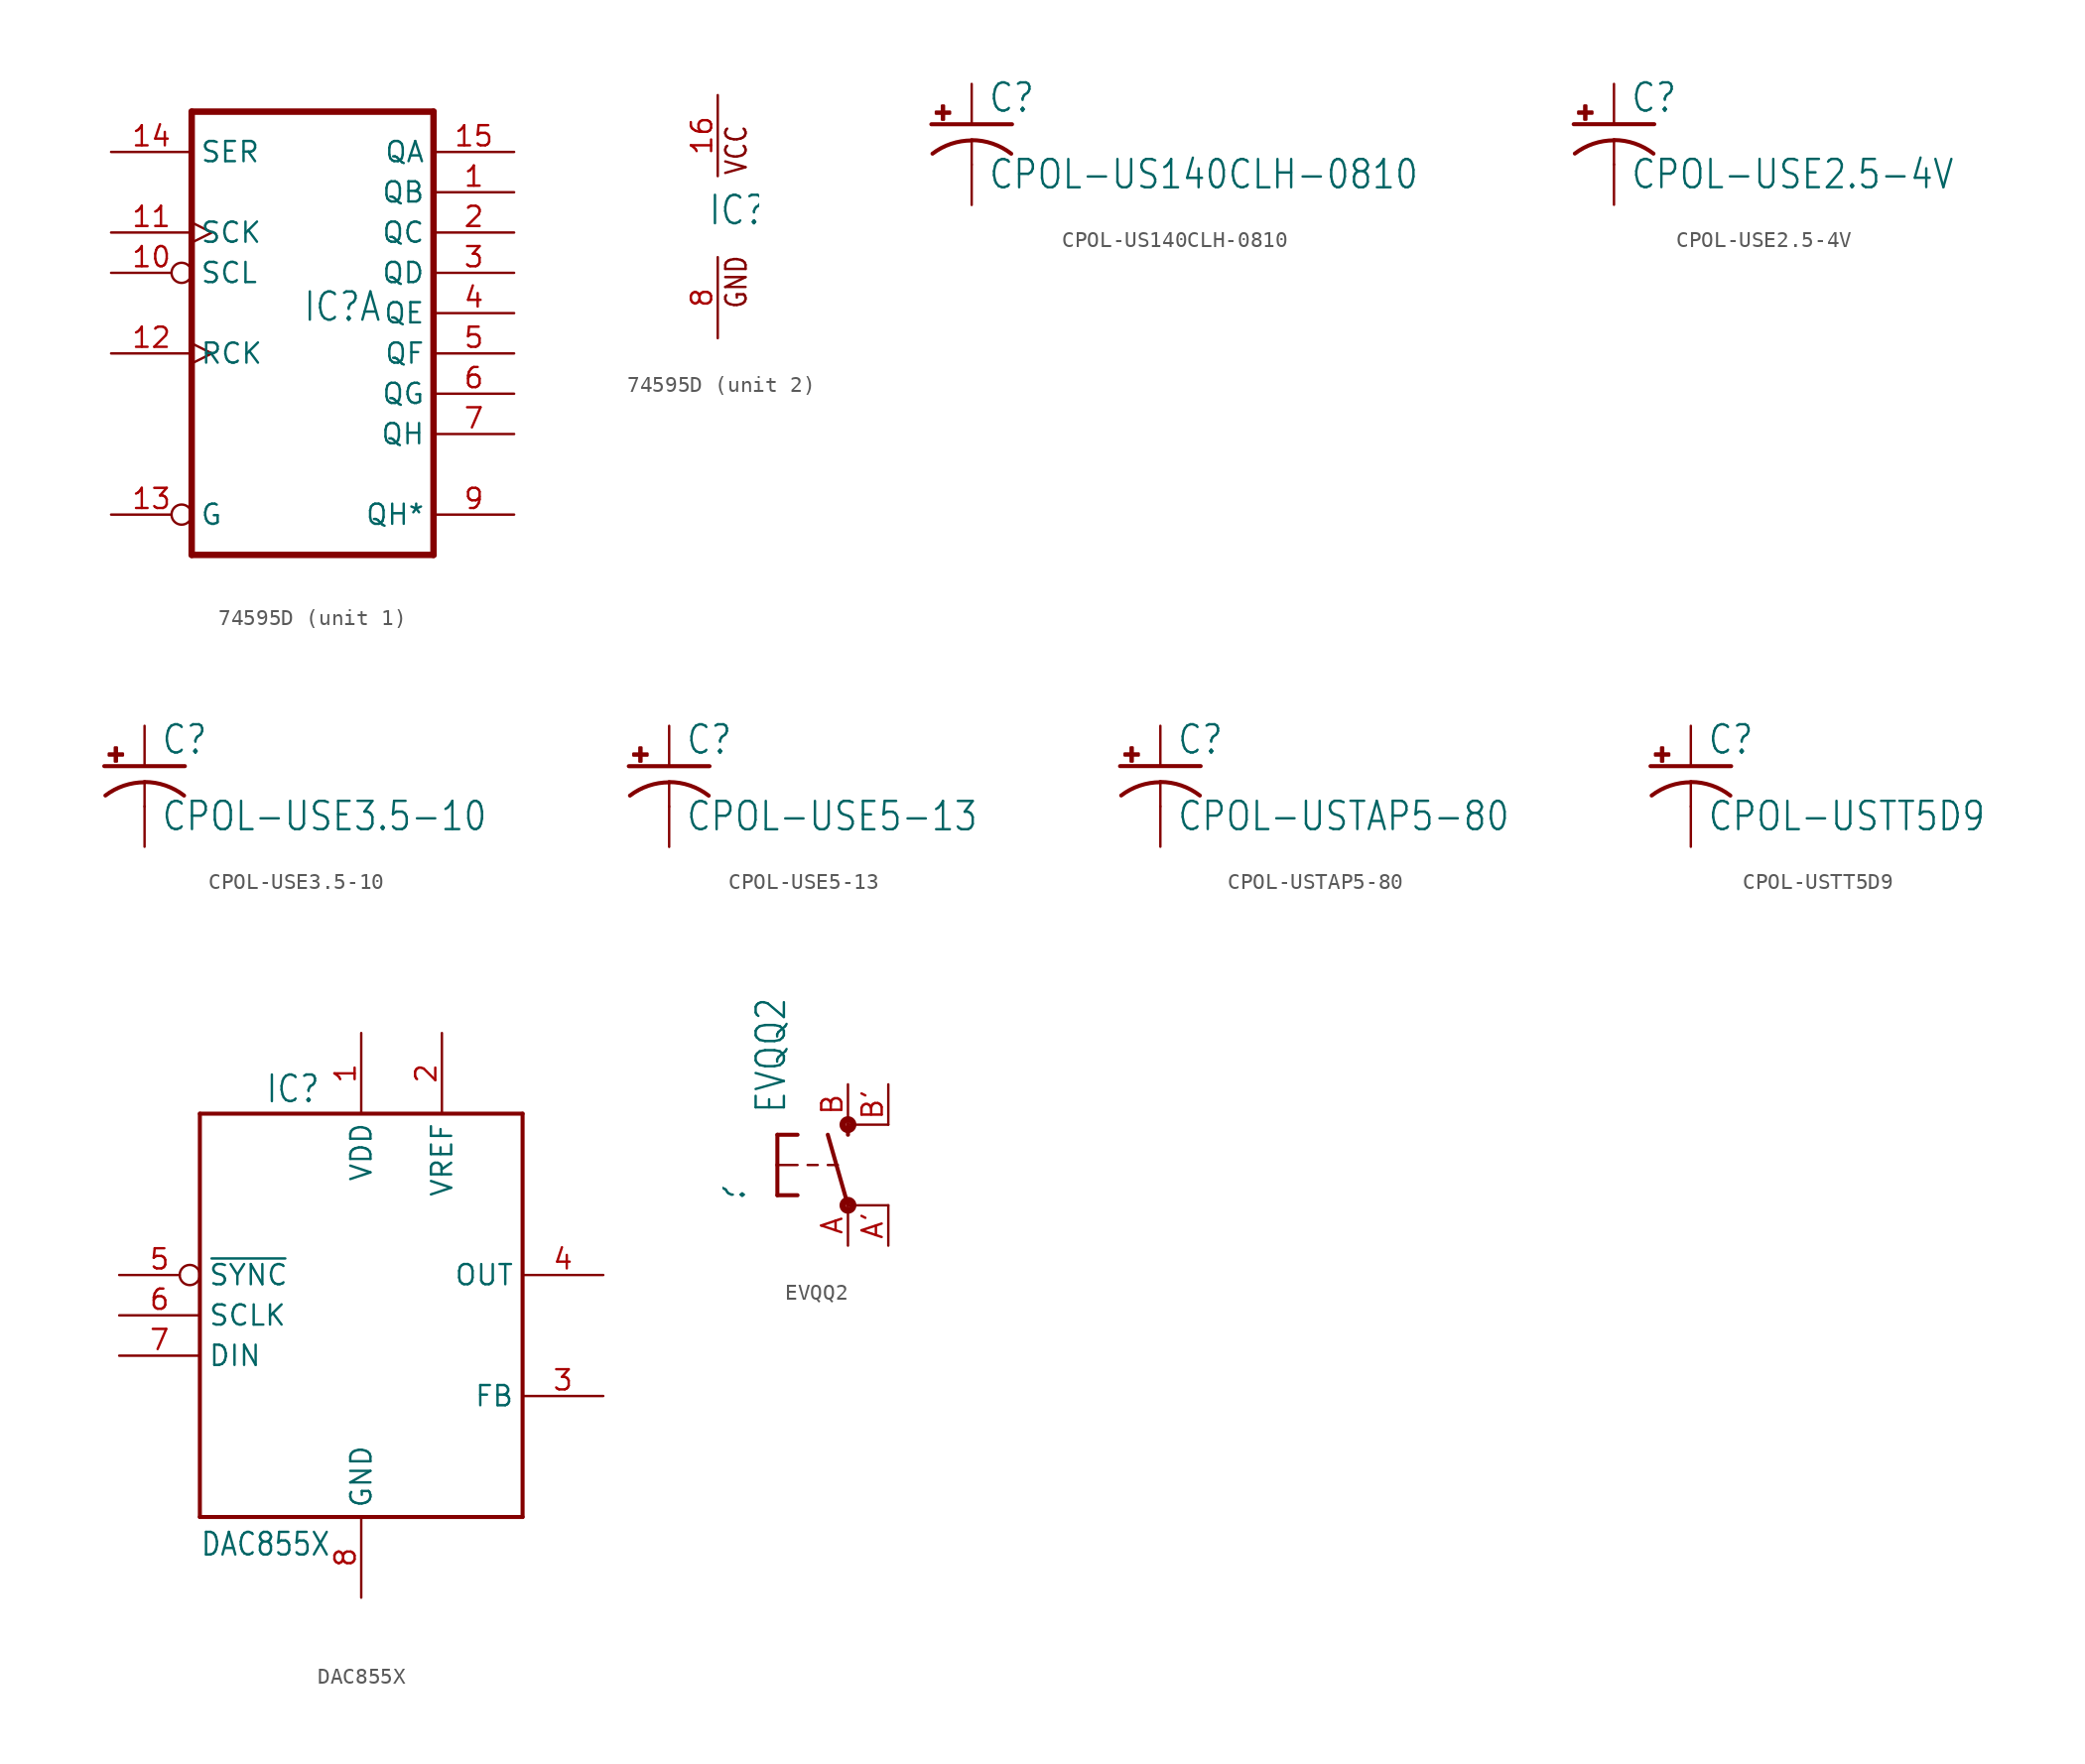
<source format=kicad_sym>
(kicad_symbol_lib
  (version 20211014)
  (generator kicad_symbol_editor)
  (symbol "74595D"
    (property "Reference" "IC"
      (at -0.635 -0.635 0)
      (effects (font (size 1.778 1.511)) (justify left bottom)))
    (property "ki_locked" ""
      (at 0 0 0)
      (effects (font (size 1.27 1.27))))
    (symbol "74595D_1_0"
      (polyline (pts (xy -7.62 -15.24) (xy 7.62 -15.24)) (stroke (width 0.406) (type default) (color 0 0 0 0)) (fill (type none)))
      (polyline (pts (xy -7.62 12.7) (xy -7.62 -15.24)) (stroke (width 0.406) (type default) (color 0 0 0 0)) (fill (type none)))
      (polyline (pts (xy 7.62 -15.24) (xy 7.62 12.7)) (stroke (width 0.406) (type default) (color 0 0 0 0)) (fill (type none)))
      (polyline (pts (xy 7.62 12.7) (xy -7.62 12.7)) (stroke (width 0.406) (type default) (color 0 0 0 0)) (fill (type none)))
      (pin tri_state line (at 12.7 7.62 180) (length 5.08) (name "QB" (effects (font (size 1.27 1.27)))) (number "1" (effects (font (size 1.27 1.27)))))
      (pin input inverted (at -12.7 2.54 0) (length 5.08) (name "SCL" (effects (font (size 1.27 1.27)))) (number "10" (effects (font (size 1.27 1.27)))))
      (pin input clock (at -12.7 5.08 0) (length 5.08) (name "SCK" (effects (font (size 1.27 1.27)))) (number "11" (effects (font (size 1.27 1.27)))))
      (pin input clock (at -12.7 -2.54 0) (length 5.08) (name "RCK" (effects (font (size 1.27 1.27)))) (number "12" (effects (font (size 1.27 1.27)))))
      (pin input inverted (at -12.7 -12.7 0) (length 5.08) (name "G" (effects (font (size 1.27 1.27)))) (number "13" (effects (font (size 1.27 1.27)))))
      (pin input line (at -12.7 10.16 0) (length 5.08) (name "SER" (effects (font (size 1.27 1.27)))) (number "14" (effects (font (size 1.27 1.27)))))
      (pin tri_state line (at 12.7 10.16 180) (length 5.08) (name "QA" (effects (font (size 1.27 1.27)))) (number "15" (effects (font (size 1.27 1.27)))))
      (pin tri_state line (at 12.7 5.08 180) (length 5.08) (name "QC" (effects (font (size 1.27 1.27)))) (number "2" (effects (font (size 1.27 1.27)))))
      (pin tri_state line (at 12.7 2.54 180) (length 5.08) (name "QD" (effects (font (size 1.27 1.27)))) (number "3" (effects (font (size 1.27 1.27)))))
      (pin tri_state line (at 12.7 0 180) (length 5.08) (name "QE" (effects (font (size 1.27 1.27)))) (number "4" (effects (font (size 1.27 1.27)))))
      (pin tri_state line (at 12.7 -2.54 180) (length 5.08) (name "QF" (effects (font (size 1.27 1.27)))) (number "5" (effects (font (size 1.27 1.27)))))
      (pin tri_state line (at 12.7 -5.08 180) (length 5.08) (name "QG" (effects (font (size 1.27 1.27)))) (number "6" (effects (font (size 1.27 1.27)))))
      (pin tri_state line (at 12.7 -7.62 180) (length 5.08) (name "QH" (effects (font (size 1.27 1.27)))) (number "7" (effects (font (size 1.27 1.27)))))
      (pin tri_state line (at 12.7 -12.7 180) (length 5.08) (name "QH*" (effects (font (size 1.27 1.27)))) (number "9" (effects (font (size 1.27 1.27))))))
    (symbol "74595D_2_0"
      (text "GND" (at 1.905 -5.842 900) (effects (font (size 1.27 1.079)) (justify left bottom)))
      (text "VCC" (at 1.905 2.54 900) (effects (font (size 1.27 1.079)) (justify left bottom)))
      (pin power_in line (at 0 7.62 270) (length 5.08) (name "VCC" (effects (font (size 0 0)))) (number "16" (effects (font (size 1.27 1.27)))))
      (pin power_in line (at 0 -7.62 90) (length 5.08) (name "GND" (effects (font (size 0 0)))) (number "8" (effects (font (size 1.27 1.27)))))))
  (symbol "CPOL-US140CLH-0810"
    (property "Reference" "C"
      (at 1.016 0.635 0)
      (effects (font (size 1.778 1.511)) (justify left bottom)))
    (property "Value" "CPOL-US140CLH-0810"
      (at 1.016 -4.191 0)
      (effects (font (size 1.778 1.511)) (justify left bottom)))
    (property "ki_locked" ""
      (at 0 0 0)
      (effects (font (size 1.27 1.27))))
    (symbol "CPOL-US140CLH-0810_1_0"
      (rectangle (start -2.253 0.668) (end -1.364 0.795) (stroke (width 0) (type default) (color 0 0 0 0)) (fill (type outline)))
      (rectangle (start -1.872 0.287) (end -1.745 1.176) (stroke (width 0) (type default) (color 0 0 0 0)) (fill (type outline)))
      (arc (start 0 -1.0161) (mid -1.3021 -1.2302) (end -2.4669 -1.8504) (stroke (width 0.254) (type default) (color 0 0 0 0)) (fill (type none)))
      (polyline (pts (xy -2.54 0) (xy 2.54 0)) (stroke (width 0.254) (type default) (color 0 0 0 0)) (fill (type none)))
      (polyline (pts (xy 0 -1.016) (xy 0 -2.54)) (stroke (width 0.152) (type default) (color 0 0 0 0)) (fill (type none)))
      (arc (start 2.4892 -1.8542) (mid 1.3158 -1.2195) (end 0 -1) (stroke (width 0.254) (type default) (color 0 0 0 0)) (fill (type none)))
      (pin passive line (at 0 2.54 270) (length 2.54) (name "+" (effects (font (size 0 0)))) (number "+" (effects (font (size 0 0)))))
      (pin passive line (at 0 -5.08 90) (length 2.54) (name "-" (effects (font (size 0 0)))) (number "-" (effects (font (size 0 0)))))))
  (symbol "CPOL-USE2.5-4V"
    (property "Reference" "C"
      (at 1.016 0.635 0)
      (effects (font (size 1.778 1.511)) (justify left bottom)))
    (property "Value" "CPOL-USE2.5-4V"
      (at 1.016 -4.191 0)
      (effects (font (size 1.778 1.511)) (justify left bottom)))
    (property "ki_locked" ""
      (at 0 0 0)
      (effects (font (size 1.27 1.27))))
    (symbol "CPOL-USE2.5-4V_1_0"
      (rectangle (start -2.253 0.668) (end -1.364 0.795) (stroke (width 0) (type default) (color 0 0 0 0)) (fill (type outline)))
      (rectangle (start -1.872 0.287) (end -1.745 1.176) (stroke (width 0) (type default) (color 0 0 0 0)) (fill (type outline)))
      (arc (start 0 -1.0161) (mid -1.3021 -1.2302) (end -2.4669 -1.8504) (stroke (width 0.254) (type default) (color 0 0 0 0)) (fill (type none)))
      (polyline (pts (xy -2.54 0) (xy 2.54 0)) (stroke (width 0.254) (type default) (color 0 0 0 0)) (fill (type none)))
      (polyline (pts (xy 0 -1.016) (xy 0 -2.54)) (stroke (width 0.152) (type default) (color 0 0 0 0)) (fill (type none)))
      (arc (start 2.4892 -1.8542) (mid 1.3158 -1.2195) (end 0 -1) (stroke (width 0.254) (type default) (color 0 0 0 0)) (fill (type none)))
      (pin passive line (at 0 2.54 270) (length 2.54) (name "+" (effects (font (size 0 0)))) (number "+" (effects (font (size 0 0)))))
      (pin passive line (at 0 -5.08 90) (length 2.54) (name "-" (effects (font (size 0 0)))) (number "-" (effects (font (size 0 0)))))))
  (symbol "CPOL-USE3.5-10"
    (property "Reference" "C"
      (at 1.016 0.635 0)
      (effects (font (size 1.778 1.511)) (justify left bottom)))
    (property "Value" "CPOL-USE3.5-10"
      (at 1.016 -4.191 0)
      (effects (font (size 1.778 1.511)) (justify left bottom)))
    (property "ki_locked" ""
      (at 0 0 0)
      (effects (font (size 1.27 1.27))))
    (symbol "CPOL-USE3.5-10_1_0"
      (rectangle (start -2.253 0.668) (end -1.364 0.795) (stroke (width 0) (type default) (color 0 0 0 0)) (fill (type outline)))
      (rectangle (start -1.872 0.287) (end -1.745 1.176) (stroke (width 0) (type default) (color 0 0 0 0)) (fill (type outline)))
      (arc (start 0 -1.0161) (mid -1.3021 -1.2302) (end -2.4669 -1.8504) (stroke (width 0.254) (type default) (color 0 0 0 0)) (fill (type none)))
      (polyline (pts (xy -2.54 0) (xy 2.54 0)) (stroke (width 0.254) (type default) (color 0 0 0 0)) (fill (type none)))
      (polyline (pts (xy 0 -1.016) (xy 0 -2.54)) (stroke (width 0.152) (type default) (color 0 0 0 0)) (fill (type none)))
      (arc (start 2.4892 -1.8542) (mid 1.3158 -1.2195) (end 0 -1) (stroke (width 0.254) (type default) (color 0 0 0 0)) (fill (type none)))
      (pin passive line (at 0 2.54 270) (length 2.54) (name "+" (effects (font (size 0 0)))) (number "+" (effects (font (size 0 0)))))
      (pin passive line (at 0 -5.08 90) (length 2.54) (name "-" (effects (font (size 0 0)))) (number "-" (effects (font (size 0 0)))))))
  (symbol "CPOL-USE5-13"
    (property "Reference" "C"
      (at 1.016 0.635 0)
      (effects (font (size 1.778 1.511)) (justify left bottom)))
    (property "Value" "CPOL-USE5-13"
      (at 1.016 -4.191 0)
      (effects (font (size 1.778 1.511)) (justify left bottom)))
    (property "ki_locked" ""
      (at 0 0 0)
      (effects (font (size 1.27 1.27))))
    (symbol "CPOL-USE5-13_1_0"
      (rectangle (start -2.253 0.668) (end -1.364 0.795) (stroke (width 0) (type default) (color 0 0 0 0)) (fill (type outline)))
      (rectangle (start -1.872 0.287) (end -1.745 1.176) (stroke (width 0) (type default) (color 0 0 0 0)) (fill (type outline)))
      (arc (start 0 -1.0161) (mid -1.3021 -1.2302) (end -2.4669 -1.8504) (stroke (width 0.254) (type default) (color 0 0 0 0)) (fill (type none)))
      (polyline (pts (xy -2.54 0) (xy 2.54 0)) (stroke (width 0.254) (type default) (color 0 0 0 0)) (fill (type none)))
      (polyline (pts (xy 0 -1.016) (xy 0 -2.54)) (stroke (width 0.152) (type default) (color 0 0 0 0)) (fill (type none)))
      (arc (start 2.4892 -1.8542) (mid 1.3158 -1.2195) (end 0 -1) (stroke (width 0.254) (type default) (color 0 0 0 0)) (fill (type none)))
      (pin passive line (at 0 2.54 270) (length 2.54) (name "+" (effects (font (size 0 0)))) (number "+" (effects (font (size 0 0)))))
      (pin passive line (at 0 -5.08 90) (length 2.54) (name "-" (effects (font (size 0 0)))) (number "-" (effects (font (size 0 0)))))))
  (symbol "CPOL-USTAP5-80"
    (property "Reference" "C"
      (at 1.016 0.635 0)
      (effects (font (size 1.778 1.511)) (justify left bottom)))
    (property "Value" "CPOL-USTAP5-80"
      (at 1.016 -4.191 0)
      (effects (font (size 1.778 1.511)) (justify left bottom)))
    (property "ki_locked" ""
      (at 0 0 0)
      (effects (font (size 1.27 1.27))))
    (symbol "CPOL-USTAP5-80_1_0"
      (rectangle (start -2.253 0.668) (end -1.364 0.795) (stroke (width 0) (type default) (color 0 0 0 0)) (fill (type outline)))
      (rectangle (start -1.872 0.287) (end -1.745 1.176) (stroke (width 0) (type default) (color 0 0 0 0)) (fill (type outline)))
      (arc (start 0 -1.0161) (mid -1.3021 -1.2302) (end -2.4669 -1.8504) (stroke (width 0.254) (type default) (color 0 0 0 0)) (fill (type none)))
      (polyline (pts (xy -2.54 0) (xy 2.54 0)) (stroke (width 0.254) (type default) (color 0 0 0 0)) (fill (type none)))
      (polyline (pts (xy 0 -1.016) (xy 0 -2.54)) (stroke (width 0.152) (type default) (color 0 0 0 0)) (fill (type none)))
      (arc (start 2.4892 -1.8542) (mid 1.3158 -1.2195) (end 0 -1) (stroke (width 0.254) (type default) (color 0 0 0 0)) (fill (type none)))
      (pin passive line (at 0 2.54 270) (length 2.54) (name "+" (effects (font (size 0 0)))) (number "+" (effects (font (size 0 0)))))
      (pin passive line (at 0 -5.08 90) (length 2.54) (name "-" (effects (font (size 0 0)))) (number "-" (effects (font (size 0 0)))))))
  (symbol "CPOL-USTT5D9"
    (property "Reference" "C"
      (at 1.016 0.635 0)
      (effects (font (size 1.778 1.511)) (justify left bottom)))
    (property "Value" "CPOL-USTT5D9"
      (at 1.016 -4.191 0)
      (effects (font (size 1.778 1.511)) (justify left bottom)))
    (property "ki_locked" ""
      (at 0 0 0)
      (effects (font (size 1.27 1.27))))
    (symbol "CPOL-USTT5D9_1_0"
      (rectangle (start -2.253 0.668) (end -1.364 0.795) (stroke (width 0) (type default) (color 0 0 0 0)) (fill (type outline)))
      (rectangle (start -1.872 0.287) (end -1.745 1.176) (stroke (width 0) (type default) (color 0 0 0 0)) (fill (type outline)))
      (arc (start 0 -1.0161) (mid -1.3021 -1.2302) (end -2.4669 -1.8504) (stroke (width 0.254) (type default) (color 0 0 0 0)) (fill (type none)))
      (polyline (pts (xy -2.54 0) (xy 2.54 0)) (stroke (width 0.254) (type default) (color 0 0 0 0)) (fill (type none)))
      (polyline (pts (xy 0 -1.016) (xy 0 -2.54)) (stroke (width 0.152) (type default) (color 0 0 0 0)) (fill (type none)))
      (arc (start 2.4892 -1.8542) (mid 1.3158 -1.2195) (end 0 -1) (stroke (width 0.254) (type default) (color 0 0 0 0)) (fill (type none)))
      (pin passive line (at 0 2.54 270) (length 2.54) (name "+" (effects (font (size 0 0)))) (number "+" (effects (font (size 0 0)))))
      (pin passive line (at 0 -5.08 90) (length 2.54) (name "-" (effects (font (size 0 0)))) (number "-" (effects (font (size 0 0)))))))
  (symbol "DAC855X"
    (property "Reference" "IC"
      (at -2.54 15.24 0)
      (effects (font (size 1.676 1.425)) (justify right top)))
    (property "Value" "DAC855X"
      (at -10.16 -15.24 0)
      (effects (font (size 1.422 1.209)) (justify left bottom)))
    (property "ki_locked" ""
      (at 0 0 0)
      (effects (font (size 1.27 1.27))))
    (symbol "DAC855X_1_0"
      (polyline (pts (xy -10.16 -12.7) (xy -10.16 12.7)) (stroke (width 0.254) (type default) (color 0 0 0 0)) (fill (type none)))
      (polyline (pts (xy -10.16 12.7) (xy 10.16 12.7)) (stroke (width 0.254) (type default) (color 0 0 0 0)) (fill (type none)))
      (polyline (pts (xy 10.16 -12.7) (xy -10.16 -12.7)) (stroke (width 0.254) (type default) (color 0 0 0 0)) (fill (type none)))
      (polyline (pts (xy 10.16 12.7) (xy 10.16 -12.7)) (stroke (width 0.254) (type default) (color 0 0 0 0)) (fill (type none)))
      (pin power_in line (at 0 17.78 270) (length 5.08) (name "VDD" (effects (font (size 1.27 1.27)))) (number "1" (effects (font (size 1.27 1.27)))))
      (pin power_in line (at 5.08 17.78 270) (length 5.08) (name "VREF" (effects (font (size 1.27 1.27)))) (number "2" (effects (font (size 1.27 1.27)))))
      (pin input line (at 15.24 -5.08 180) (length 5.08) (name "FB" (effects (font (size 1.27 1.27)))) (number "3" (effects (font (size 1.27 1.27)))))
      (pin output line (at 15.24 2.54 180) (length 5.08) (name "OUT" (effects (font (size 1.27 1.27)))) (number "4" (effects (font (size 1.27 1.27)))))
      (pin bidirectional inverted (at -15.24 2.54 0) (length 5.08) (name "~{SYNC}" (effects (font (size 1.27 1.27)))) (number "5" (effects (font (size 1.27 1.27)))))
      (pin bidirectional line (at -15.24 0 0) (length 5.08) (name "SCLK" (effects (font (size 1.27 1.27)))) (number "6" (effects (font (size 1.27 1.27)))))
      (pin bidirectional line (at -15.24 -2.54 0) (length 5.08) (name "DIN" (effects (font (size 1.27 1.27)))) (number "7" (effects (font (size 1.27 1.27)))))
      (pin power_in line (at 0 -17.78 90) (length 5.08) (name "GND" (effects (font (size 1.27 1.27)))) (number "8" (effects (font (size 1.27 1.27)))))))
  (symbol "EVQQ2"
    (property "Reference" ""
      (at -6.35 -2.54 90)
      (effects (font (size 1.778 1.511)) (justify left bottom)))
    (property "Value" "EVQQ2"
      (at -3.81 3.175 90)
      (effects (font (size 1.778 1.511)) (justify left bottom)))
    (property "ki_locked" ""
      (at 0 0 0)
      (effects (font (size 1.27 1.27))))
    (symbol "EVQQ2_1_0"
      (circle (center 0 -2.54) (radius 0.127) (stroke (width 0.406) (type default) (color 0 0 0 0)) (fill (type none)))
      (polyline (pts (xy -4.445 -1.905) (xy -3.175 -1.905)) (stroke (width 0.254) (type default) (color 0 0 0 0)) (fill (type none)))
      (polyline (pts (xy -4.445 0) (xy -4.445 -1.905)) (stroke (width 0.254) (type default) (color 0 0 0 0)) (fill (type none)))
      (polyline (pts (xy -4.445 0) (xy -3.175 0)) (stroke (width 0.152) (type default) (color 0 0 0 0)) (fill (type none)))
      (polyline (pts (xy -4.445 1.905) (xy -4.445 0)) (stroke (width 0.254) (type default) (color 0 0 0 0)) (fill (type none)))
      (polyline (pts (xy -4.445 1.905) (xy -3.175 1.905)) (stroke (width 0.254) (type default) (color 0 0 0 0)) (fill (type none)))
      (polyline (pts (xy -2.54 0) (xy -1.905 0)) (stroke (width 0.152) (type default) (color 0 0 0 0)) (fill (type none)))
      (polyline (pts (xy -1.27 0) (xy -0.635 0)) (stroke (width 0.152) (type default) (color 0 0 0 0)) (fill (type none)))
      (polyline (pts (xy 0 -2.54) (xy -1.27 1.905)) (stroke (width 0.254) (type default) (color 0 0 0 0)) (fill (type none)))
      (polyline (pts (xy 0 1.905) (xy 0 2.54)) (stroke (width 0.254) (type default) (color 0 0 0 0)) (fill (type none)))
      (polyline (pts (xy 2.54 -2.54) (xy 0 -2.54)) (stroke (width 0.152) (type default) (color 0 0 0 0)) (fill (type none)))
      (polyline (pts (xy 2.54 2.54) (xy 0 2.54)) (stroke (width 0.152) (type default) (color 0 0 0 0)) (fill (type none)))
      (circle (center 0 2.54) (radius 0.127) (stroke (width 0.406) (type default) (color 0 0 0 0)) (fill (type none)))
      (pin passive line (at 0 -5.08 90) (length 2.54) (name "P" (effects (font (size 0 0)))) (number "A" (effects (font (size 1.27 1.27)))))
      (pin passive line (at 2.54 -5.08 90) (length 2.54) (name "P1" (effects (font (size 0 0)))) (number "A'" (effects (font (size 1.27 1.27)))))
      (pin passive line (at 0 5.08 270) (length 2.54) (name "S" (effects (font (size 0 0)))) (number "B" (effects (font (size 1.27 1.27)))))
      (pin passive line (at 2.54 5.08 270) (length 2.54) (name "S1" (effects (font (size 0 0)))) (number "B'" (effects (font (size 1.27 1.27))))))))
</source>
